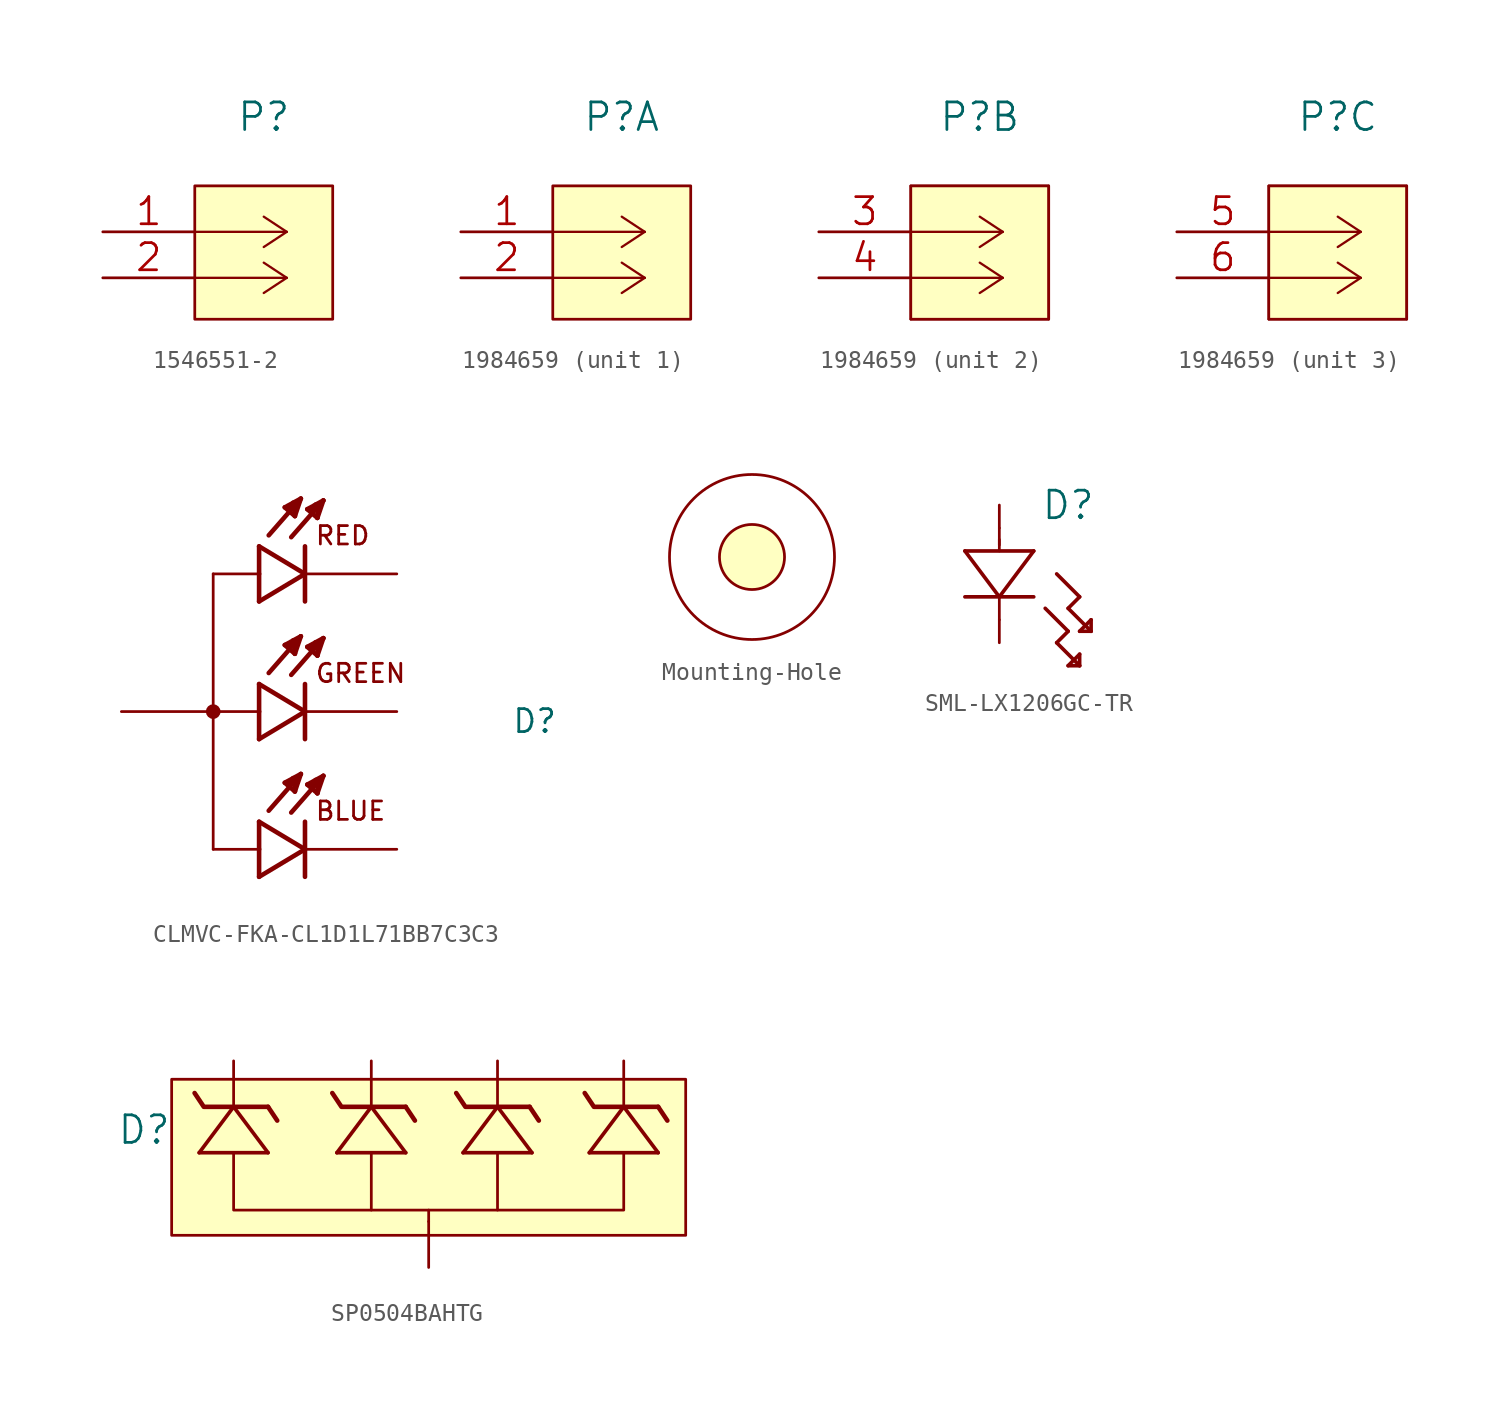
<source format=kicad_sym>
(kicad_symbol_lib
  (version 20211014)
  (generator kicad_symbol_editor)
  (symbol "1546551-2"
    (pin_names
      (offset 0.254) hide)
    (property "Reference" "P"
      (at 8.89 6.35 0)
      (effects (font (size 1.524 1.524))))
    (symbol "1546551-2_0_1"
      (rectangle (start 5.08 2.54) (end 12.7 -4.826) (stroke (width 0.152) (type default) (color 0 0 0 0)) (fill (type background))))
    (symbol "1546551-2_1_1"
      (polyline (pts (xy 10.16 -2.54) (xy 5.08 -2.54)) (stroke (width 0.127) (type default) (color 0 0 0 0)) (fill (type none)))
      (polyline (pts (xy 10.16 -2.54) (xy 8.89 -3.378)) (stroke (width 0.127) (type default) (color 0 0 0 0)) (fill (type none)))
      (polyline (pts (xy 10.16 -2.54) (xy 8.89 -1.702)) (stroke (width 0.127) (type default) (color 0 0 0 0)) (fill (type none)))
      (polyline (pts (xy 10.16 0) (xy 5.08 0)) (stroke (width 0.127) (type default) (color 0 0 0 0)) (fill (type none)))
      (polyline (pts (xy 10.16 0) (xy 8.89 -0.838)) (stroke (width 0.127) (type default) (color 0 0 0 0)) (fill (type none)))
      (polyline (pts (xy 10.16 0) (xy 8.89 0.838)) (stroke (width 0.127) (type default) (color 0 0 0 0)) (fill (type none)))
      (pin passive line (at 0 0 0) (length 5.08) (name "5" (effects (font (size 1.499 1.499)))) (number "1" (effects (font (size 1.499 1.499)))))
      (pin passive line (at 0 -2.54 0) (length 5.08) (name "6" (effects (font (size 1.499 1.499)))) (number "2" (effects (font (size 1.499 1.499)))))))
  (symbol "1984659"
    (pin_names
      (offset 0.254) hide)
    (property "Reference" "P"
      (at 8.89 6.35 0)
      (effects (font (size 1.524 1.524))))
    (symbol "1984659_0_1"
      (rectangle (start 5.08 2.54) (end 12.7 -4.826) (stroke (width 0.152) (type default) (color 0 0 0 0)) (fill (type background))))
    (symbol "1984659_1_1"
      (polyline (pts (xy 10.16 -2.54) (xy 5.08 -2.54)) (stroke (width 0.127) (type default) (color 0 0 0 0)) (fill (type none)))
      (polyline (pts (xy 10.16 -2.54) (xy 8.89 -3.378)) (stroke (width 0.127) (type default) (color 0 0 0 0)) (fill (type none)))
      (polyline (pts (xy 10.16 -2.54) (xy 8.89 -1.702)) (stroke (width 0.127) (type default) (color 0 0 0 0)) (fill (type none)))
      (polyline (pts (xy 10.16 0) (xy 5.08 0)) (stroke (width 0.127) (type default) (color 0 0 0 0)) (fill (type none)))
      (polyline (pts (xy 10.16 0) (xy 8.89 -0.838)) (stroke (width 0.127) (type default) (color 0 0 0 0)) (fill (type none)))
      (polyline (pts (xy 10.16 0) (xy 8.89 0.838)) (stroke (width 0.127) (type default) (color 0 0 0 0)) (fill (type none)))
      (pin passive line (at 0 0 0) (length 5.08) (name "5" (effects (font (size 1.499 1.499)))) (number "1" (effects (font (size 1.499 1.499)))))
      (pin passive line (at 0 -2.54 0) (length 5.08) (name "6" (effects (font (size 1.499 1.499)))) (number "2" (effects (font (size 1.499 1.499))))))
    (symbol "1984659_2_1"
      (polyline (pts (xy 5.08 2.54) (xy 5.08 -4.826)) (stroke (width 0.127) (type default) (color 0 0 0 0)) (fill (type none)))
      (polyline (pts (xy 10.16 -2.54) (xy 5.08 -2.54)) (stroke (width 0.127) (type default) (color 0 0 0 0)) (fill (type none)))
      (polyline (pts (xy 10.16 -2.54) (xy 8.89 -3.378)) (stroke (width 0.127) (type default) (color 0 0 0 0)) (fill (type none)))
      (polyline (pts (xy 10.16 -2.54) (xy 8.89 -1.702)) (stroke (width 0.127) (type default) (color 0 0 0 0)) (fill (type none)))
      (polyline (pts (xy 10.16 0) (xy 5.08 0)) (stroke (width 0.127) (type default) (color 0 0 0 0)) (fill (type none)))
      (polyline (pts (xy 10.16 0) (xy 8.89 -0.838)) (stroke (width 0.127) (type default) (color 0 0 0 0)) (fill (type none)))
      (polyline (pts (xy 10.16 0) (xy 8.89 0.838)) (stroke (width 0.127) (type default) (color 0 0 0 0)) (fill (type none)))
      (polyline (pts (xy 12.7 -4.826) (xy 12.7 2.54)) (stroke (width 0.127) (type default) (color 0 0 0 0)) (fill (type none)))
      (polyline (pts (xy 12.7 2.54) (xy 5.08 2.54)) (stroke (width 0.127) (type default) (color 0 0 0 0)) (fill (type none)))
      (polyline (pts (xy 5.08 -4.826) (xy 8.382 -4.826) (xy 12.7 -4.826)) (stroke (width 0.127) (type default) (color 0 0 0 0)) (fill (type none)))
      (pin passive line (at 0 0 0) (length 5.08) (name "5" (effects (font (size 1.499 1.499)))) (number "3" (effects (font (size 1.499 1.499)))))
      (pin passive line (at 0 -2.54 0) (length 5.08) (name "6" (effects (font (size 1.499 1.499)))) (number "4" (effects (font (size 1.499 1.499))))))
    (symbol "1984659_3_1"
      (polyline (pts (xy 5.08 2.54) (xy 5.08 -4.826)) (stroke (width 0.127) (type default) (color 0 0 0 0)) (fill (type none)))
      (polyline (pts (xy 10.16 -2.54) (xy 5.08 -2.54)) (stroke (width 0.127) (type default) (color 0 0 0 0)) (fill (type none)))
      (polyline (pts (xy 10.16 -2.54) (xy 8.89 -3.378)) (stroke (width 0.127) (type default) (color 0 0 0 0)) (fill (type none)))
      (polyline (pts (xy 10.16 -2.54) (xy 8.89 -1.702)) (stroke (width 0.127) (type default) (color 0 0 0 0)) (fill (type none)))
      (polyline (pts (xy 10.16 0) (xy 5.08 0)) (stroke (width 0.127) (type default) (color 0 0 0 0)) (fill (type none)))
      (polyline (pts (xy 10.16 0) (xy 8.89 -0.838)) (stroke (width 0.127) (type default) (color 0 0 0 0)) (fill (type none)))
      (polyline (pts (xy 10.16 0) (xy 8.89 0.838)) (stroke (width 0.127) (type default) (color 0 0 0 0)) (fill (type none)))
      (polyline (pts (xy 12.7 -4.826) (xy 12.7 2.54)) (stroke (width 0.127) (type default) (color 0 0 0 0)) (fill (type none)))
      (polyline (pts (xy 12.7 2.54) (xy 5.08 2.54)) (stroke (width 0.127) (type default) (color 0 0 0 0)) (fill (type none)))
      (polyline (pts (xy 5.08 -4.826) (xy 8.382 -4.826) (xy 12.7 -4.826)) (stroke (width 0.127) (type default) (color 0 0 0 0)) (fill (type none)))
      (pin passive line (at 0 0 0) (length 5.08) (name "5" (effects (font (size 1.499 1.499)))) (number "5" (effects (font (size 1.499 1.499)))))
      (pin passive line (at 0 -2.54 0) (length 5.08) (name "6" (effects (font (size 1.499 1.499)))) (number "6" (effects (font (size 1.499 1.499)))))))
  (symbol "CLMVC-FKA-CL1D1L71BB7C3C3"
    (pin_numbers hide)
    (pin_names
      (offset 1.016) hide)
    (property "Reference" "D"
      (at 13.97 -1.27 0)
      (effects (font (size 1.27 1.27)) (justify left bottom)))
    (symbol "CLMVC-FKA-CL1D1L71BB7C3C3_0_0"
      (circle (center -2.54 0) (radius 0.203) (stroke (width 0.406) (type default) (color 0 0 0 0)) (fill (type none)))
      (polyline (pts (xy -2.54 -7.62) (xy 0 -7.62)) (stroke (width 0.152) (type default) (color 0 0 0 0)) (fill (type none)))
      (polyline (pts (xy -2.54 0) (xy -2.54 -7.62)) (stroke (width 0.152) (type default) (color 0 0 0 0)) (fill (type none)))
      (polyline (pts (xy -2.54 7.62) (xy -2.54 0)) (stroke (width 0.152) (type default) (color 0 0 0 0)) (fill (type none)))
      (polyline (pts (xy 0 -9.144) (xy 2.54 -7.62)) (stroke (width 0.254) (type default) (color 0 0 0 0)) (fill (type none)))
      (polyline (pts (xy 0 -7.62) (xy 0 -9.144)) (stroke (width 0.254) (type default) (color 0 0 0 0)) (fill (type none)))
      (polyline (pts (xy 0 -6.096) (xy 0 -7.62)) (stroke (width 0.254) (type default) (color 0 0 0 0)) (fill (type none)))
      (polyline (pts (xy 0 -1.524) (xy 2.54 0)) (stroke (width 0.254) (type default) (color 0 0 0 0)) (fill (type none)))
      (polyline (pts (xy 0 0) (xy -2.54 0)) (stroke (width 0.152) (type default) (color 0 0 0 0)) (fill (type none)))
      (polyline (pts (xy 0 0) (xy 0 -1.524)) (stroke (width 0.254) (type default) (color 0 0 0 0)) (fill (type none)))
      (polyline (pts (xy 0 1.524) (xy 0 0)) (stroke (width 0.254) (type default) (color 0 0 0 0)) (fill (type none)))
      (polyline (pts (xy 0 6.096) (xy 2.54 7.62)) (stroke (width 0.254) (type default) (color 0 0 0 0)) (fill (type none)))
      (polyline (pts (xy 0 7.62) (xy -2.54 7.62)) (stroke (width 0.152) (type default) (color 0 0 0 0)) (fill (type none)))
      (polyline (pts (xy 0 7.62) (xy 0 6.096)) (stroke (width 0.254) (type default) (color 0 0 0 0)) (fill (type none)))
      (polyline (pts (xy 0 9.144) (xy 0 7.62)) (stroke (width 0.254) (type default) (color 0 0 0 0)) (fill (type none)))
      (polyline (pts (xy 1.422 -3.937) (xy 2.311 -3.454)) (stroke (width 0.254) (type default) (color 0 0 0 0)) (fill (type none)))
      (polyline (pts (xy 1.422 3.683) (xy 2.311 4.166)) (stroke (width 0.254) (type default) (color 0 0 0 0)) (fill (type none)))
      (polyline (pts (xy 1.422 11.303) (xy 2.311 11.786)) (stroke (width 0.254) (type default) (color 0 0 0 0)) (fill (type none)))
      (polyline (pts (xy 1.6 -4.013) (xy 1.829 -3.861)) (stroke (width 0.254) (type default) (color 0 0 0 0)) (fill (type none)))
      (polyline (pts (xy 1.6 3.607) (xy 1.829 3.759)) (stroke (width 0.254) (type default) (color 0 0 0 0)) (fill (type none)))
      (polyline (pts (xy 1.6 11.227) (xy 1.829 11.379)) (stroke (width 0.254) (type default) (color 0 0 0 0)) (fill (type none)))
      (polyline (pts (xy 1.981 -4.42) (xy 1.422 -3.937)) (stroke (width 0.254) (type default) (color 0 0 0 0)) (fill (type none)))
      (polyline (pts (xy 1.981 -4.42) (xy 2.007 -3.683)) (stroke (width 0.254) (type default) (color 0 0 0 0)) (fill (type none)))
      (polyline (pts (xy 1.981 3.2) (xy 1.422 3.683)) (stroke (width 0.254) (type default) (color 0 0 0 0)) (fill (type none)))
      (polyline (pts (xy 1.981 3.2) (xy 2.007 3.937)) (stroke (width 0.254) (type default) (color 0 0 0 0)) (fill (type none)))
      (polyline (pts (xy 1.981 10.82) (xy 1.422 11.303)) (stroke (width 0.254) (type default) (color 0 0 0 0)) (fill (type none)))
      (polyline (pts (xy 1.981 10.82) (xy 2.007 11.557)) (stroke (width 0.254) (type default) (color 0 0 0 0)) (fill (type none)))
      (polyline (pts (xy 2.007 -3.683) (xy 1.88 -3.683)) (stroke (width 0.254) (type default) (color 0 0 0 0)) (fill (type none)))
      (polyline (pts (xy 2.007 3.937) (xy 1.88 3.937)) (stroke (width 0.254) (type default) (color 0 0 0 0)) (fill (type none)))
      (polyline (pts (xy 2.007 11.557) (xy 1.88 11.557)) (stroke (width 0.254) (type default) (color 0 0 0 0)) (fill (type none)))
      (polyline (pts (xy 2.311 -3.454) (xy 0.533 -5.486)) (stroke (width 0.254) (type default) (color 0 0 0 0)) (fill (type none)))
      (polyline (pts (xy 2.311 -3.454) (xy 1.981 -4.42)) (stroke (width 0.254) (type default) (color 0 0 0 0)) (fill (type none)))
      (polyline (pts (xy 2.311 4.166) (xy 0.533 2.134)) (stroke (width 0.254) (type default) (color 0 0 0 0)) (fill (type none)))
      (polyline (pts (xy 2.311 4.166) (xy 1.981 3.2)) (stroke (width 0.254) (type default) (color 0 0 0 0)) (fill (type none)))
      (polyline (pts (xy 2.311 11.786) (xy 0.533 9.754)) (stroke (width 0.254) (type default) (color 0 0 0 0)) (fill (type none)))
      (polyline (pts (xy 2.311 11.786) (xy 1.981 10.82)) (stroke (width 0.254) (type default) (color 0 0 0 0)) (fill (type none)))
      (polyline (pts (xy 2.54 -7.62) (xy 0 -6.096)) (stroke (width 0.254) (type default) (color 0 0 0 0)) (fill (type none)))
      (polyline (pts (xy 2.54 -6.096) (xy 2.54 -9.144)) (stroke (width 0.254) (type default) (color 0 0 0 0)) (fill (type none)))
      (polyline (pts (xy 2.54 0) (xy 0 1.524)) (stroke (width 0.254) (type default) (color 0 0 0 0)) (fill (type none)))
      (polyline (pts (xy 2.54 1.524) (xy 2.54 -1.524)) (stroke (width 0.254) (type default) (color 0 0 0 0)) (fill (type none)))
      (polyline (pts (xy 2.54 7.62) (xy 0 9.144)) (stroke (width 0.254) (type default) (color 0 0 0 0)) (fill (type none)))
      (polyline (pts (xy 2.54 9.144) (xy 2.54 6.096)) (stroke (width 0.254) (type default) (color 0 0 0 0)) (fill (type none)))
      (polyline (pts (xy 2.667 -4.039) (xy 3.556 -3.556)) (stroke (width 0.254) (type default) (color 0 0 0 0)) (fill (type none)))
      (polyline (pts (xy 2.667 3.581) (xy 3.556 4.064)) (stroke (width 0.254) (type default) (color 0 0 0 0)) (fill (type none)))
      (polyline (pts (xy 2.667 11.201) (xy 3.556 11.684)) (stroke (width 0.254) (type default) (color 0 0 0 0)) (fill (type none)))
      (polyline (pts (xy 2.845 -4.115) (xy 3.073 -3.962)) (stroke (width 0.254) (type default) (color 0 0 0 0)) (fill (type none)))
      (polyline (pts (xy 2.845 3.505) (xy 3.073 3.658)) (stroke (width 0.254) (type default) (color 0 0 0 0)) (fill (type none)))
      (polyline (pts (xy 2.845 11.125) (xy 3.073 11.278)) (stroke (width 0.254) (type default) (color 0 0 0 0)) (fill (type none)))
      (polyline (pts (xy 3.226 -4.521) (xy 2.667 -4.039)) (stroke (width 0.254) (type default) (color 0 0 0 0)) (fill (type none)))
      (polyline (pts (xy 3.226 -4.521) (xy 3.251 -3.785)) (stroke (width 0.254) (type default) (color 0 0 0 0)) (fill (type none)))
      (polyline (pts (xy 3.226 3.099) (xy 2.667 3.581)) (stroke (width 0.254) (type default) (color 0 0 0 0)) (fill (type none)))
      (polyline (pts (xy 3.226 3.099) (xy 3.251 3.835)) (stroke (width 0.254) (type default) (color 0 0 0 0)) (fill (type none)))
      (polyline (pts (xy 3.226 10.719) (xy 2.667 11.201)) (stroke (width 0.254) (type default) (color 0 0 0 0)) (fill (type none)))
      (polyline (pts (xy 3.226 10.719) (xy 3.251 11.455)) (stroke (width 0.254) (type default) (color 0 0 0 0)) (fill (type none)))
      (polyline (pts (xy 3.251 -3.785) (xy 3.124 -3.785)) (stroke (width 0.254) (type default) (color 0 0 0 0)) (fill (type none)))
      (polyline (pts (xy 3.251 3.835) (xy 3.124 3.835)) (stroke (width 0.254) (type default) (color 0 0 0 0)) (fill (type none)))
      (polyline (pts (xy 3.251 11.455) (xy 3.124 11.455)) (stroke (width 0.254) (type default) (color 0 0 0 0)) (fill (type none)))
      (polyline (pts (xy 3.556 -3.556) (xy 1.778 -5.588)) (stroke (width 0.254) (type default) (color 0 0 0 0)) (fill (type none)))
      (polyline (pts (xy 3.556 -3.556) (xy 3.226 -4.521)) (stroke (width 0.254) (type default) (color 0 0 0 0)) (fill (type none)))
      (polyline (pts (xy 3.556 4.064) (xy 1.778 2.032)) (stroke (width 0.254) (type default) (color 0 0 0 0)) (fill (type none)))
      (polyline (pts (xy 3.556 4.064) (xy 3.226 3.099)) (stroke (width 0.254) (type default) (color 0 0 0 0)) (fill (type none)))
      (polyline (pts (xy 3.556 11.684) (xy 1.778 9.652)) (stroke (width 0.254) (type default) (color 0 0 0 0)) (fill (type none)))
      (polyline (pts (xy 3.556 11.684) (xy 3.226 10.719)) (stroke (width 0.254) (type default) (color 0 0 0 0)) (fill (type none)))
      (text "BLUE" (at 3.048 -6.096 0) (effects (font (size 1.016 1.016)) (justify left bottom)))
      (text "GREEN" (at 3.048 1.524 0) (effects (font (size 1.016 1.016)) (justify left bottom)))
      (text "RED" (at 3.048 9.144 0) (effects (font (size 1.016 1.016)) (justify left bottom)))
      (pin passive line (at -7.62 0 0) (length 5.08) (name "~" (effects (font (size 1.016 1.016)))) (number "1" (effects (font (size 1.016 1.016)))))
      (pin passive line (at 7.62 -7.62 180) (length 5.08) (name "~" (effects (font (size 1.016 1.016)))) (number "2" (effects (font (size 1.016 1.016)))))
      (pin passive line (at 7.62 0 180) (length 5.08) (name "~" (effects (font (size 1.016 1.016)))) (number "3" (effects (font (size 1.016 1.016)))))
      (pin passive line (at 7.62 7.62 180) (length 5.08) (name "~" (effects (font (size 1.016 1.016)))) (number "4" (effects (font (size 1.016 1.016)))))))
  (symbol "Mounting-Hole"
    (pin_names
      (offset 1.016))
    (property "Reference" "H"
      (at 0 6.35 0)
      (effects (font (size 1.27 1.27)) hide))
    (symbol "Mounting-Hole_0_1"
      (circle (center 0 0) (radius 1.803) (stroke (width 0) (type default) (color 0 0 0 0)) (fill (type background)))
      (circle (center 0 0) (radius 4.572) (stroke (width 0) (type default) (color 0 0 0 0)) (fill (type none)))))
  (symbol "SML-LX1206GC-TR"
    (pin_numbers hide)
    (pin_names hide)
    (property "Reference" "D"
      (at 3.81 5.08 0)
      (effects (font (size 1.524 1.524))))
    (property "Datasheet" ""
      (at 0 6.35 90)
      (effects (font (size 1.524 1.524))))
    (symbol "SML-LX1206GC-TR_1_1"
      (polyline (pts (xy -1.905 0) (xy 1.905 0)) (stroke (width 0.203) (type default) (color 0 0 0 0)) (fill (type none)))
      (polyline (pts (xy -1.905 2.54) (xy 0 0)) (stroke (width 0.203) (type default) (color 0 0 0 0)) (fill (type none)))
      (polyline (pts (xy 0 0) (xy 0 -1.27)) (stroke (width 0.152) (type default) (color 0 0 0 0)) (fill (type none)))
      (polyline (pts (xy 0 0) (xy 1.905 2.54)) (stroke (width 0.203) (type default) (color 0 0 0 0)) (fill (type none)))
      (polyline (pts (xy 0 3.175) (xy 0 2.54)) (stroke (width 0.152) (type default) (color 0 0 0 0)) (fill (type none)))
      (polyline (pts (xy 0 3.81) (xy 0 2.87)) (stroke (width 0.152) (type default) (color 0 0 0 0)) (fill (type none)))
      (polyline (pts (xy 1.905 2.54) (xy -1.905 2.54)) (stroke (width 0.203) (type default) (color 0 0 0 0)) (fill (type none)))
      (polyline (pts (xy 2.54 -0.635) (xy 3.81 -1.905)) (stroke (width 0.203) (type default) (color 0 0 0 0)) (fill (type none)))
      (polyline (pts (xy 3.175 -2.54) (xy 4.445 -3.81)) (stroke (width 0.203) (type default) (color 0 0 0 0)) (fill (type none)))
      (polyline (pts (xy 3.175 1.27) (xy 4.445 0)) (stroke (width 0.203) (type default) (color 0 0 0 0)) (fill (type none)))
      (polyline (pts (xy 3.81 -3.81) (xy 4.445 -3.81)) (stroke (width 0.203) (type default) (color 0 0 0 0)) (fill (type none)))
      (polyline (pts (xy 3.81 -1.905) (xy 3.175 -2.54)) (stroke (width 0.203) (type default) (color 0 0 0 0)) (fill (type none)))
      (polyline (pts (xy 3.81 -0.635) (xy 5.08 -1.905)) (stroke (width 0.203) (type default) (color 0 0 0 0)) (fill (type none)))
      (polyline (pts (xy 4.445 -3.81) (xy 4.445 -3.175)) (stroke (width 0.203) (type default) (color 0 0 0 0)) (fill (type none)))
      (polyline (pts (xy 4.445 -3.175) (xy 3.81 -3.81)) (stroke (width 0.203) (type default) (color 0 0 0 0)) (fill (type none)))
      (polyline (pts (xy 4.445 -1.905) (xy 5.08 -1.905)) (stroke (width 0.203) (type default) (color 0 0 0 0)) (fill (type none)))
      (polyline (pts (xy 4.445 0) (xy 3.81 -0.635)) (stroke (width 0.203) (type default) (color 0 0 0 0)) (fill (type none)))
      (polyline (pts (xy 5.08 -1.905) (xy 5.08 -1.27)) (stroke (width 0.203) (type default) (color 0 0 0 0)) (fill (type none)))
      (polyline (pts (xy 5.08 -1.27) (xy 4.445 -1.905)) (stroke (width 0.203) (type default) (color 0 0 0 0)) (fill (type none)))
      (pin passive line (at 0 -2.54 90) (length 1.27) (name "1" (effects (font (size 1.499 1.499)))) (number "1" (effects (font (size 1.499 1.499)))))
      (pin passive line (at 0 5.08 270) (length 1.27) (name "2" (effects (font (size 1.499 1.499)))) (number "2" (effects (font (size 1.499 1.499)))))))
  (symbol "SP0504BAHTG"
    (pin_numbers hide)
    (pin_names hide)
    (property "Reference" "D"
      (at -15.748 1.905 0)
      (effects (font (size 1.524 1.524))))
    (symbol "SP0504BAHTG_0_1"
      (rectangle (start -14.224 4.699) (end 14.224 -3.937) (stroke (width 0.152) (type default) (color 0 0 0 0)) (fill (type background)))
      (polyline (pts (xy -8.89 3.175) (xy -8.382 2.413)) (stroke (width 0.254) (type default) (color 0 0 0 0)) (fill (type none)))
      (polyline (pts (xy -3.175 0.635) (xy -3.175 -2.54)) (stroke (width 0.152) (type default) (color 0 0 0 0)) (fill (type none)))
      (polyline (pts (xy 3.81 0.635) (xy 3.81 -2.54)) (stroke (width 0.152) (type default) (color 0 0 0 0)) (fill (type none)))
      (polyline (pts (xy -8.89 3.175) (xy -12.446 3.175) (xy -12.954 3.937)) (stroke (width 0.254) (type default) (color 0 0 0 0)) (fill (type none)))
      (polyline (pts (xy 10.795 0.635) (xy 10.795 -2.54) (xy 0 -2.54)) (stroke (width 0.152) (type default) (color 0 0 0 0)) (fill (type none)))
      (polyline (pts (xy 0 -3.175) (xy 0 -2.54) (xy -10.795 -2.54) (xy -10.795 0.635)) (stroke (width 0.152) (type default) (color 0 0 0 0)) (fill (type none))))
    (symbol "SP0504BAHTG_1_1"
      (polyline (pts (xy -12.7 0.635) (xy -8.89 0.635)) (stroke (width 0.203) (type default) (color 0 0 0 0)) (fill (type none)))
      (polyline (pts (xy -10.795 3.175) (xy -12.7 0.635)) (stroke (width 0.203) (type default) (color 0 0 0 0)) (fill (type none)))
      (polyline (pts (xy -8.89 0.635) (xy -10.795 3.175)) (stroke (width 0.203) (type default) (color 0 0 0 0)) (fill (type none)))
      (polyline (pts (xy -5.08 0.635) (xy -1.27 0.635)) (stroke (width 0.203) (type default) (color 0 0 0 0)) (fill (type none)))
      (polyline (pts (xy -3.175 3.175) (xy -5.08 0.635)) (stroke (width 0.203) (type default) (color 0 0 0 0)) (fill (type none)))
      (polyline (pts (xy -1.27 0.635) (xy -3.175 3.175)) (stroke (width 0.203) (type default) (color 0 0 0 0)) (fill (type none)))
      (polyline (pts (xy -1.27 3.175) (xy -0.762 2.413)) (stroke (width 0.254) (type default) (color 0 0 0 0)) (fill (type none)))
      (polyline (pts (xy 1.905 0.635) (xy 5.715 0.635)) (stroke (width 0.203) (type default) (color 0 0 0 0)) (fill (type none)))
      (polyline (pts (xy 3.81 3.175) (xy 1.905 0.635)) (stroke (width 0.203) (type default) (color 0 0 0 0)) (fill (type none)))
      (polyline (pts (xy 5.588 3.175) (xy 6.096 2.413)) (stroke (width 0.254) (type default) (color 0 0 0 0)) (fill (type none)))
      (polyline (pts (xy 5.715 0.635) (xy 3.81 3.175)) (stroke (width 0.203) (type default) (color 0 0 0 0)) (fill (type none)))
      (polyline (pts (xy 8.89 0.635) (xy 12.7 0.635)) (stroke (width 0.203) (type default) (color 0 0 0 0)) (fill (type none)))
      (polyline (pts (xy 10.795 3.175) (xy 8.89 0.635)) (stroke (width 0.203) (type default) (color 0 0 0 0)) (fill (type none)))
      (polyline (pts (xy 12.7 0.635) (xy 10.795 3.175)) (stroke (width 0.203) (type default) (color 0 0 0 0)) (fill (type none)))
      (polyline (pts (xy 12.7 3.175) (xy 13.208 2.413)) (stroke (width 0.254) (type default) (color 0 0 0 0)) (fill (type none)))
      (polyline (pts (xy -1.27 3.175) (xy -4.826 3.175) (xy -5.334 3.937)) (stroke (width 0.254) (type default) (color 0 0 0 0)) (fill (type none)))
      (polyline (pts (xy 5.588 3.175) (xy 2.032 3.175) (xy 1.524 3.937)) (stroke (width 0.254) (type default) (color 0 0 0 0)) (fill (type none)))
      (polyline (pts (xy 12.7 3.175) (xy 9.144 3.175) (xy 8.636 3.937)) (stroke (width 0.254) (type default) (color 0 0 0 0)) (fill (type none)))
      (pin passive line (at -10.795 5.715 270) (length 2.54) (name "~" (effects (font (size 1.499 1.499)))) (number "1" (effects (font (size 1.499 1.499)))))
      (pin passive line (at 0 -5.715 90) (length 2.54) (name "~" (effects (font (size 1.499 1.499)))) (number "2" (effects (font (size 1.499 1.499)))))
      (pin passive line (at -3.175 5.715 270) (length 2.54) (name "~" (effects (font (size 1.499 1.499)))) (number "3" (effects (font (size 1.499 1.499)))))
      (pin passive line (at 3.81 5.715 270) (length 2.54) (name "~" (effects (font (size 1.499 1.499)))) (number "4" (effects (font (size 1.499 1.499)))))
      (pin passive line (at 10.795 5.715 270) (length 2.54) (name "~" (effects (font (size 1.499 1.499)))) (number "5" (effects (font (size 1.499 1.499))))))))
</source>
